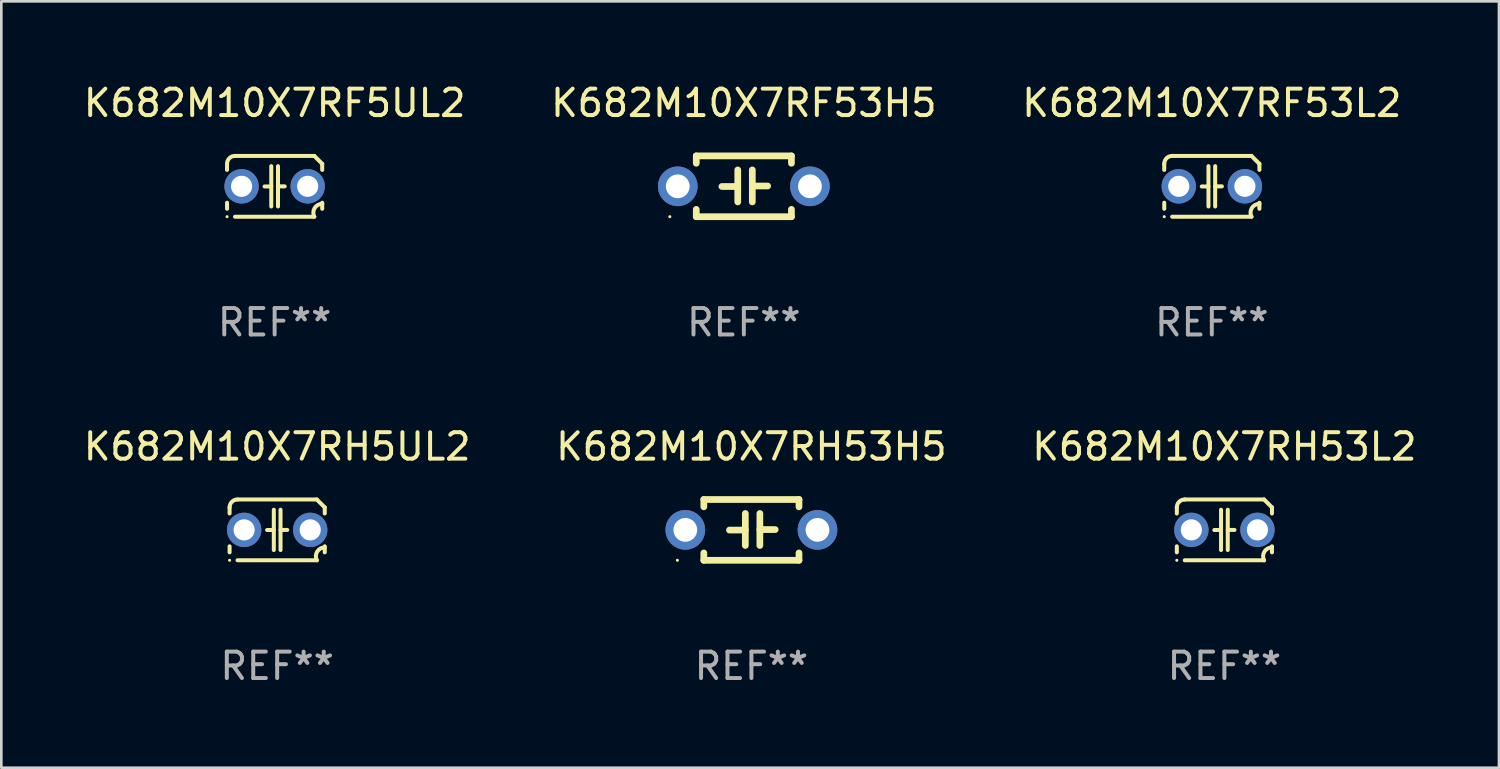
<source format=kicad_pcb>
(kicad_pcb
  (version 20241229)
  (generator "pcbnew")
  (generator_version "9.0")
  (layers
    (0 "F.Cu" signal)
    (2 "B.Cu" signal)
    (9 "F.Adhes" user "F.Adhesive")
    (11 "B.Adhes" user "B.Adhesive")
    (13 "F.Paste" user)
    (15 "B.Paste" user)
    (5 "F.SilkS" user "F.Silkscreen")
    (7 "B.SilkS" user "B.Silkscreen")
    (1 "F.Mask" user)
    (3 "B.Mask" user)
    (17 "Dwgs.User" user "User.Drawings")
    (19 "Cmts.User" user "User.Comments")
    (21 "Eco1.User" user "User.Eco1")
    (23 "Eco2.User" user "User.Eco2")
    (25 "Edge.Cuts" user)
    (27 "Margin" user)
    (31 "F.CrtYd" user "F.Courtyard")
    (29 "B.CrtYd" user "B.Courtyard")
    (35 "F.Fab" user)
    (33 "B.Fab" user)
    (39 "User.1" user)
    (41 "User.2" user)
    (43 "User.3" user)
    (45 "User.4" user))
  (footprint "K682M10X7RF53H5"
    (layer "F.Cu")
    (at 25.089 3.998)
    (property "Reference" "K682M10X7RF53H5" (at 0 -3.15 0) (layer "F.SilkS") (effects (font (size 1 1) (thickness 0.15))))
    (attr through_hole)
    (fp_line (start -1.8 -1.15) (end -1.8 -0.872) (stroke (width 0.254) (type solid)) (layer "F.SilkS"))
    (fp_line (start -1.8 -1.15) (end 1.8 -1.15) (stroke (width 0.254) (type solid)) (layer "F.SilkS"))
    (fp_line (start -1.8 0.872) (end -1.8 1.15) (stroke (width 0.254) (type solid)) (layer "F.SilkS"))
    (fp_line (start -1.8 1.15) (end 1.8 1.15) (stroke (width 0.254) (type solid)) (layer "F.SilkS"))
    (fp_line (start -0.23 -0.62) (end -0.23 0.59) (stroke (width 0.254) (type solid)) (layer "F.SilkS"))
    (fp_line (start -0.23 0.007) (end -0.83 0.007) (stroke (width 0.254) (type solid)) (layer "F.SilkS"))
    (fp_line (start 0.32 -0.62) (end 0.32 0.59) (stroke (width 0.254) (type solid)) (layer "F.SilkS"))
    (fp_line (start 0.32 -0.012) (end 0.9 -0.012) (stroke (width 0.254) (type solid)) (layer "F.SilkS"))
    (fp_line (start 1.8 -1.15) (end 1.8 -0.872) (stroke (width 0.254) (type solid)) (layer "F.SilkS"))
    (fp_line (start 1.8 0.872) (end 1.8 1.15) (stroke (width 0.254) (type solid)) (layer "F.SilkS"))
    (fp_circle (center -2.8 1.15) (end -2.77 1.15) (stroke (width 0.06) (type solid)) (fill no) (layer "F.SilkS"))
    (fp_text user "REF**" (at 0 5.15 0) (layer "F.Fab") (effects (font (size 1 1) (thickness 0.15))))
    (pad "1" thru_hole circle (at -2.5 0) (size 1.5 1.5) (drill 0.9) (layers "*.Cu" "*.Mask"))
    (pad "2" thru_hole circle (at 2.5 0) (size 1.5 1.5) (drill 0.9) (layers "*.Cu" "*.Mask")))
  (footprint "K682M10X7RF53L2"
    (layer "F.Cu")
    (at 42.792 3.998)
    (property "Reference" "K682M10X7RF53L2" (at 0 -3.15 0) (layer "F.SilkS") (effects (font (size 1 1) (thickness 0.15))))
    (attr through_hole)
    (fp_line (start -1.8 -0.621) (end -1.8 -0.85) (stroke (width 0.152) (type solid)) (layer "F.SilkS"))
    (fp_line (start -1.8 0.85) (end -1.8 0.621) (stroke (width 0.152) (type solid)) (layer "F.SilkS"))
    (fp_line (start -1.5 -1.15) (end 1.5 -1.15) (stroke (width 0.152) (type solid)) (layer "F.SilkS"))
    (fp_line (start -0.127 -0.762) (end -0.127 0.762) (stroke (width 0.152) (type solid)) (layer "F.SilkS"))
    (fp_line (start -0.127 0.005) (end -0.381 0.005) (stroke (width 0.152) (type solid)) (layer "F.SilkS"))
    (fp_line (start 0.127 -0.762) (end 0.127 0.762) (stroke (width 0.152) (type solid)) (layer "F.SilkS"))
    (fp_line (start 0.127 0.002) (end 0.381 0.002) (stroke (width 0.152) (type solid)) (layer "F.SilkS"))
    (fp_line (start 1.5 1.15) (end -1.5 1.15) (stroke (width 0.152) (type solid)) (layer "F.SilkS"))
    (fp_line (start 1.8 -0.85) (end 1.8 -0.621) (stroke (width 0.152) (type solid)) (layer "F.SilkS"))
    (fp_line (start 1.8 0.621) (end 1.8 0.85) (stroke (width 0.152) (type solid)) (layer "F.SilkS"))
    (fp_arc (start -1.799975 -0.849987) (mid -1.712107 -1.062119) (end -1.499975 -1.149987) (stroke (width 0.151994) (type solid)) (layer "F.SilkS"))
    (fp_arc (start 1.499975 1.149987) (mid 1.513726 0.822359) (end 1.799975 0.662387) (stroke (width 0.151994) (type solid)) (layer "F.SilkS"))
    (fp_arc (start 1.500001 -1.149986) (mid 1.650015 -1.000001) (end 1.8 -0.849987) (stroke (width 0.151994) (type solid)) (layer "F.SilkS"))
    (fp_circle (center -1.8 1.15) (end -1.77 1.15) (stroke (width 0.06) (type solid)) (fill no) (layer "F.SilkS"))
    (fp_text user "REF**" (at 0 5.15 0) (layer "F.Fab") (effects (font (size 1 1) (thickness 0.15))))
    (pad "1" thru_hole circle (at -1.25 0) (size 1.3 1.3) (drill 0.8) (layers "*.Cu" "*.Mask"))
    (pad "2" thru_hole circle (at 1.25 0) (size 1.3 1.3) (drill 0.8) (layers "*.Cu" "*.Mask")))
  (footprint "K682M10X7RF5UL2"
    (layer "F.Cu")
    (at 7.339 3.998)
    (property "Reference" "K682M10X7RF5UL2" (at 0 -3.15 0) (layer "F.SilkS") (effects (font (size 1 1) (thickness 0.15))))
    (attr through_hole)
    (fp_line (start -1.8 -0.621) (end -1.8 -0.85) (stroke (width 0.152) (type solid)) (layer "F.SilkS"))
    (fp_line (start -1.8 0.85) (end -1.8 0.621) (stroke (width 0.152) (type solid)) (layer "F.SilkS"))
    (fp_line (start -1.5 -1.15) (end 1.5 -1.15) (stroke (width 0.152) (type solid)) (layer "F.SilkS"))
    (fp_line (start -0.127 -0.762) (end -0.127 0.762) (stroke (width 0.152) (type solid)) (layer "F.SilkS"))
    (fp_line (start -0.127 0.005) (end -0.381 0.005) (stroke (width 0.152) (type solid)) (layer "F.SilkS"))
    (fp_line (start 0.127 -0.762) (end 0.127 0.762) (stroke (width 0.152) (type solid)) (layer "F.SilkS"))
    (fp_line (start 0.127 0.002) (end 0.381 0.002) (stroke (width 0.152) (type solid)) (layer "F.SilkS"))
    (fp_line (start 1.5 1.15) (end -1.5 1.15) (stroke (width 0.152) (type solid)) (layer "F.SilkS"))
    (fp_line (start 1.8 -0.85) (end 1.8 -0.621) (stroke (width 0.152) (type solid)) (layer "F.SilkS"))
    (fp_line (start 1.8 0.621) (end 1.8 0.85) (stroke (width 0.152) (type solid)) (layer "F.SilkS"))
    (fp_arc (start -1.799975 -0.849987) (mid -1.712107 -1.062119) (end -1.499975 -1.149987) (stroke (width 0.151994) (type solid)) (layer "F.SilkS"))
    (fp_arc (start 1.499975 1.149987) (mid 1.513726 0.822359) (end 1.799975 0.662387) (stroke (width 0.151994) (type solid)) (layer "F.SilkS"))
    (fp_arc (start 1.500001 -1.149986) (mid 1.650015 -1.000001) (end 1.8 -0.849987) (stroke (width 0.151994) (type solid)) (layer "F.SilkS"))
    (fp_circle (center -1.8 1.15) (end -1.77 1.15) (stroke (width 0.06) (type solid)) (fill no) (layer "F.SilkS"))
    (fp_text user "REF**" (at 0 5.15 0) (layer "F.Fab") (effects (font (size 1 1) (thickness 0.15))))
    (pad "1" thru_hole circle (at -1.25 0) (size 1.3 1.3) (drill 0.8) (layers "*.Cu" "*.Mask"))
    (pad "2" thru_hole circle (at 1.25 0) (size 1.3 1.3) (drill 0.8) (layers "*.Cu" "*.Mask")))
  (footprint "K682M10X7RH5UL2"
    (layer "F.Cu")
    (at 7.435 16.995)
    (property "Reference" "K682M10X7RH5UL2" (at 0 -3.15 0) (layer "F.SilkS") (effects (font (size 1 1) (thickness 0.15))))
    (attr through_hole)
    (fp_line (start -1.8 -0.621) (end -1.8 -0.85) (stroke (width 0.152) (type solid)) (layer "F.SilkS"))
    (fp_line (start -1.8 0.85) (end -1.8 0.621) (stroke (width 0.152) (type solid)) (layer "F.SilkS"))
    (fp_line (start -1.5 -1.15) (end 1.5 -1.15) (stroke (width 0.152) (type solid)) (layer "F.SilkS"))
    (fp_line (start -0.127 -0.762) (end -0.127 0.762) (stroke (width 0.152) (type solid)) (layer "F.SilkS"))
    (fp_line (start -0.127 0.005) (end -0.381 0.005) (stroke (width 0.152) (type solid)) (layer "F.SilkS"))
    (fp_line (start 0.127 -0.762) (end 0.127 0.762) (stroke (width 0.152) (type solid)) (layer "F.SilkS"))
    (fp_line (start 0.127 0.002) (end 0.381 0.002) (stroke (width 0.152) (type solid)) (layer "F.SilkS"))
    (fp_line (start 1.5 1.15) (end -1.5 1.15) (stroke (width 0.152) (type solid)) (layer "F.SilkS"))
    (fp_line (start 1.8 -0.85) (end 1.8 -0.621) (stroke (width 0.152) (type solid)) (layer "F.SilkS"))
    (fp_line (start 1.8 0.621) (end 1.8 0.85) (stroke (width 0.152) (type solid)) (layer "F.SilkS"))
    (fp_arc (start -1.799975 -0.849987) (mid -1.712107 -1.062119) (end -1.499975 -1.149987) (stroke (width 0.151994) (type solid)) (layer "F.SilkS"))
    (fp_arc (start 1.499975 1.149987) (mid 1.513726 0.822359) (end 1.799975 0.662387) (stroke (width 0.151994) (type solid)) (layer "F.SilkS"))
    (fp_arc (start 1.500001 -1.149986) (mid 1.650015 -1.000001) (end 1.8 -0.849987) (stroke (width 0.151994) (type solid)) (layer "F.SilkS"))
    (fp_circle (center -1.8 1.15) (end -1.77 1.15) (stroke (width 0.06) (type solid)) (fill no) (layer "F.SilkS"))
    (fp_text user "REF**" (at 0 5.15 0) (layer "F.Fab") (effects (font (size 1 1) (thickness 0.15))))
    (pad "1" thru_hole circle (at -1.25 0) (size 1.3 1.3) (drill 0.8) (layers "*.Cu" "*.Mask"))
    (pad "2" thru_hole circle (at 1.25 0) (size 1.3 1.3) (drill 0.8) (layers "*.Cu" "*.Mask")))
  (footprint "K682M10X7RH53H5"
    (layer "F.Cu")
    (at 25.375 16.995)
    (property "Reference" "K682M10X7RH53H5" (at 0 -3.15 0) (layer "F.SilkS") (effects (font (size 1 1) (thickness 0.15))))
    (attr through_hole)
    (fp_line (start -1.8 -1.15) (end -1.8 -0.872) (stroke (width 0.254) (type solid)) (layer "F.SilkS"))
    (fp_line (start -1.8 -1.15) (end 1.8 -1.15) (stroke (width 0.254) (type solid)) (layer "F.SilkS"))
    (fp_line (start -1.8 0.872) (end -1.8 1.15) (stroke (width 0.254) (type solid)) (layer "F.SilkS"))
    (fp_line (start -1.8 1.15) (end 1.8 1.15) (stroke (width 0.254) (type solid)) (layer "F.SilkS"))
    (fp_line (start -0.23 -0.62) (end -0.23 0.59) (stroke (width 0.254) (type solid)) (layer "F.SilkS"))
    (fp_line (start -0.23 0.007) (end -0.83 0.007) (stroke (width 0.254) (type solid)) (layer "F.SilkS"))
    (fp_line (start 0.32 -0.62) (end 0.32 0.59) (stroke (width 0.254) (type solid)) (layer "F.SilkS"))
    (fp_line (start 0.32 -0.012) (end 0.9 -0.012) (stroke (width 0.254) (type solid)) (layer "F.SilkS"))
    (fp_line (start 1.8 -1.15) (end 1.8 -0.872) (stroke (width 0.254) (type solid)) (layer "F.SilkS"))
    (fp_line (start 1.8 0.872) (end 1.8 1.15) (stroke (width 0.254) (type solid)) (layer "F.SilkS"))
    (fp_circle (center -2.8 1.15) (end -2.77 1.15) (stroke (width 0.06) (type solid)) (fill no) (layer "F.SilkS"))
    (fp_text user "REF**" (at 0 5.15 0) (layer "F.Fab") (effects (font (size 1 1) (thickness 0.15))))
    (pad "1" thru_hole circle (at -2.5 0) (size 1.5 1.5) (drill 0.9) (layers "*.Cu" "*.Mask"))
    (pad "2" thru_hole circle (at 2.5 0) (size 1.5 1.5) (drill 0.9) (layers "*.Cu" "*.Mask")))
  (footprint "K682M10X7RH53L2"
    (layer "F.Cu")
    (at 43.268 16.995)
    (property "Reference" "K682M10X7RH53L2" (at 0 -3.15 0) (layer "F.SilkS") (effects (font (size 1 1) (thickness 0.15))))
    (attr through_hole)
    (fp_line (start -1.8 -0.621) (end -1.8 -0.85) (stroke (width 0.152) (type solid)) (layer "F.SilkS"))
    (fp_line (start -1.8 0.85) (end -1.8 0.621) (stroke (width 0.152) (type solid)) (layer "F.SilkS"))
    (fp_line (start -1.5 -1.15) (end 1.5 -1.15) (stroke (width 0.152) (type solid)) (layer "F.SilkS"))
    (fp_line (start -0.127 -0.762) (end -0.127 0.762) (stroke (width 0.152) (type solid)) (layer "F.SilkS"))
    (fp_line (start -0.127 0.005) (end -0.381 0.005) (stroke (width 0.152) (type solid)) (layer "F.SilkS"))
    (fp_line (start 0.127 -0.762) (end 0.127 0.762) (stroke (width 0.152) (type solid)) (layer "F.SilkS"))
    (fp_line (start 0.127 0.002) (end 0.381 0.002) (stroke (width 0.152) (type solid)) (layer "F.SilkS"))
    (fp_line (start 1.5 1.15) (end -1.5 1.15) (stroke (width 0.152) (type solid)) (layer "F.SilkS"))
    (fp_line (start 1.8 -0.85) (end 1.8 -0.621) (stroke (width 0.152) (type solid)) (layer "F.SilkS"))
    (fp_line (start 1.8 0.621) (end 1.8 0.85) (stroke (width 0.152) (type solid)) (layer "F.SilkS"))
    (fp_arc (start -1.799975 -0.849987) (mid -1.712107 -1.062119) (end -1.499975 -1.149987) (stroke (width 0.151994) (type solid)) (layer "F.SilkS"))
    (fp_arc (start 1.499975 1.149987) (mid 1.513726 0.822359) (end 1.799975 0.662387) (stroke (width 0.151994) (type solid)) (layer "F.SilkS"))
    (fp_arc (start 1.500001 -1.149986) (mid 1.650015 -1.000001) (end 1.8 -0.849987) (stroke (width 0.151994) (type solid)) (layer "F.SilkS"))
    (fp_circle (center -1.8 1.15) (end -1.77 1.15) (stroke (width 0.06) (type solid)) (fill no) (layer "F.SilkS"))
    (fp_text user "REF**" (at 0 5.15 0) (layer "F.Fab") (effects (font (size 1 1) (thickness 0.15))))
    (pad "1" thru_hole circle (at -1.25 0) (size 1.3 1.3) (drill 0.8) (layers "*.Cu" "*.Mask"))
    (pad "2" thru_hole circle (at 1.25 0) (size 1.3 1.3) (drill 0.8) (layers "*.Cu" "*.Mask")))
  (gr_rect
    (start -3 -3)
    (end 53.655 25.993)
    (stroke (width 0.1) (type default))
    (fill no)
    (layer "Edge.Cuts")))
</source>
